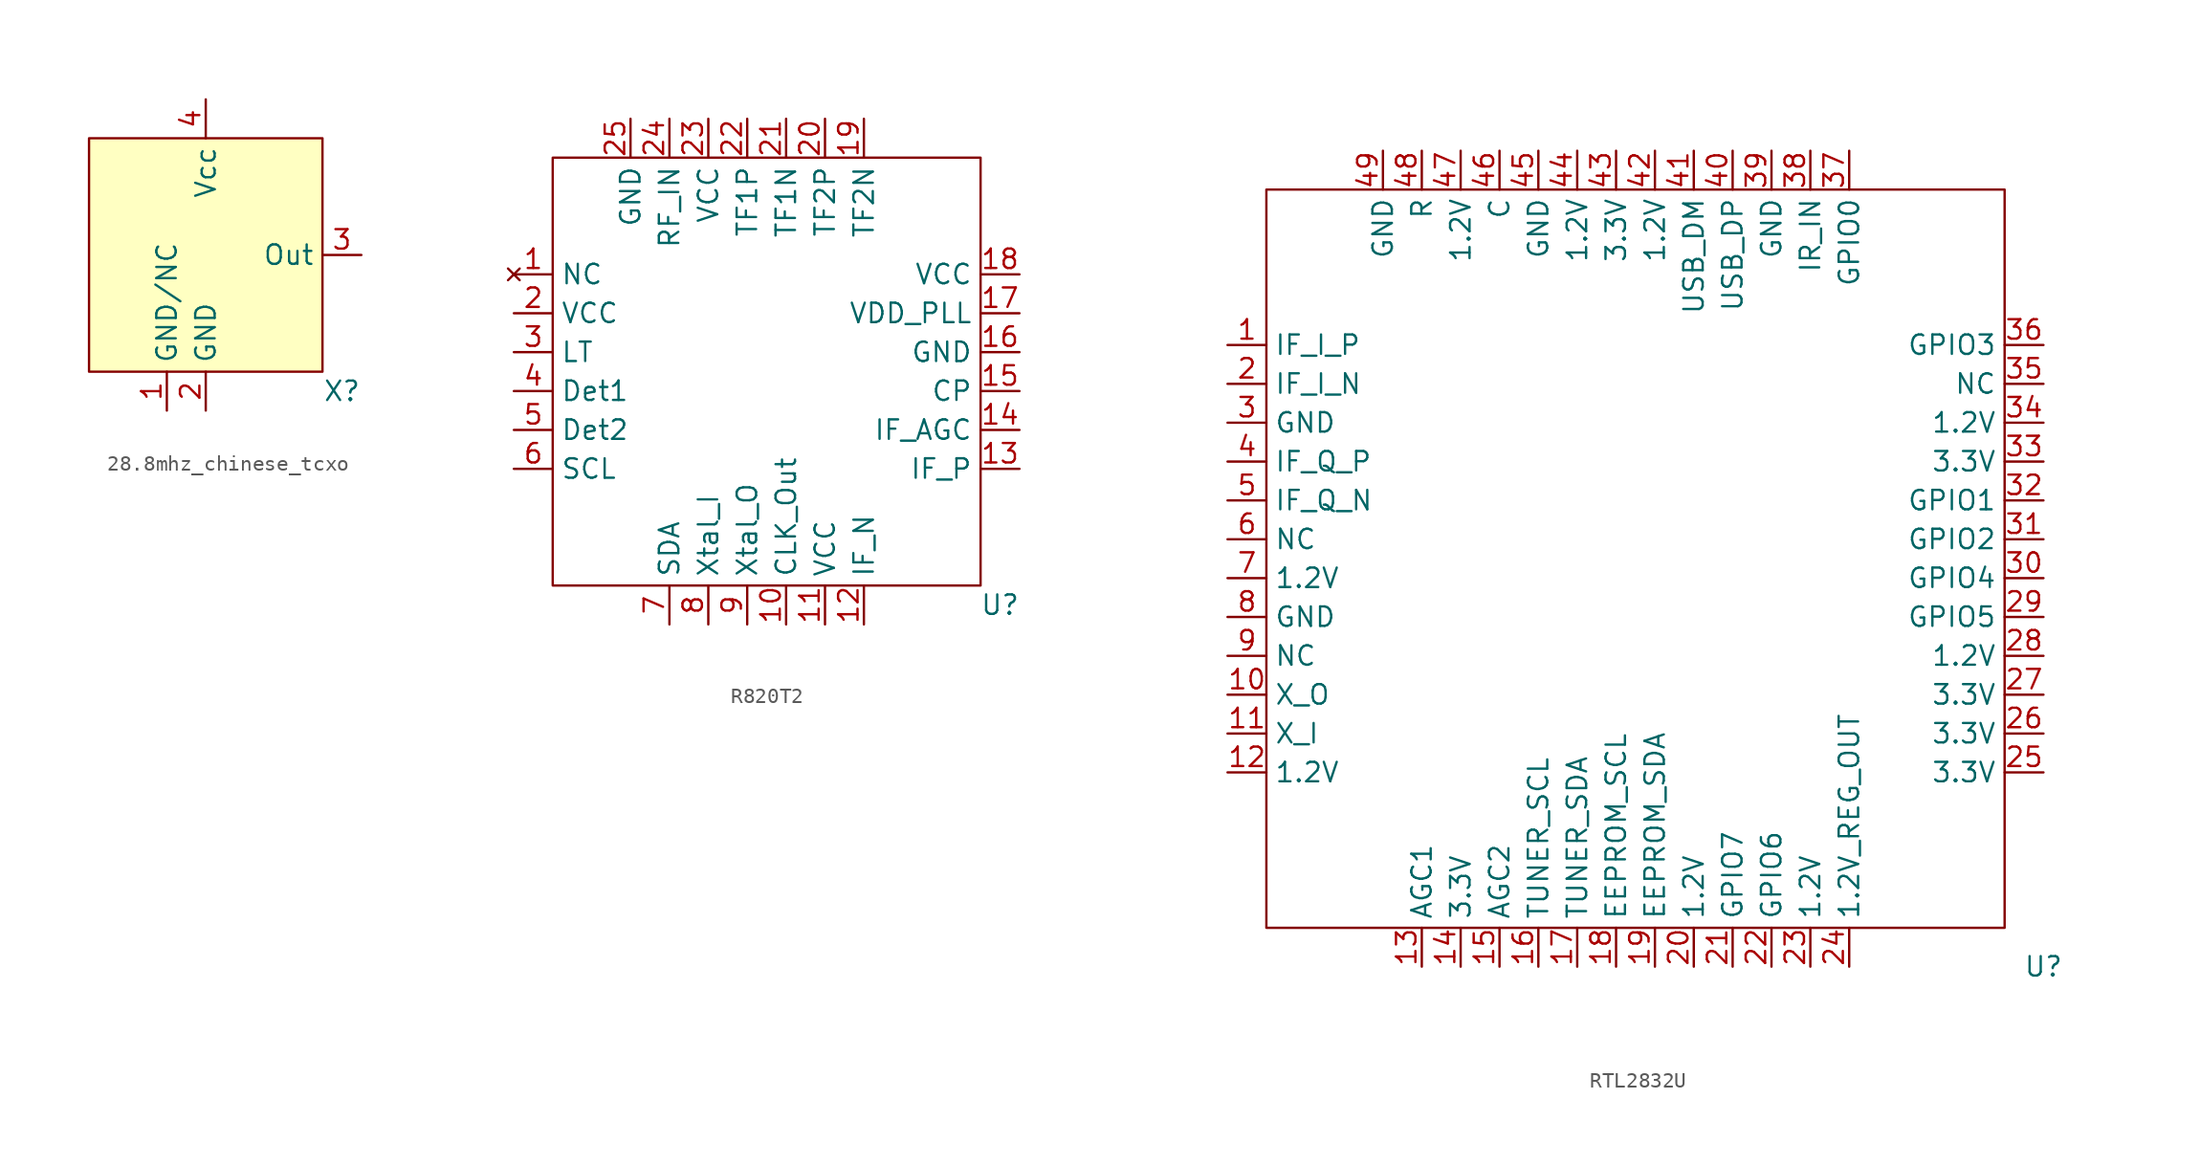
<source format=kicad_sym>
(kicad_symbol_lib
  (version 20220914)
  (generator kicad_symbol_editor)
  (symbol "28.8mhz_chinese_tcxo"
    (property "Reference" "X"
      (at 8.89 -8.89 0)
      (effects (font (size 1.27 1.27))))
    (property "Value" ""
      (at 0 0 0)
      (effects (font (size 1.27 1.27))))
    (symbol "28.8mhz_chinese_tcxo_1_1"
      (rectangle (start -7.62 7.62) (end 7.62 -7.62) (stroke (width 0) (type default)) (fill (type background)))
      (pin unspecified line (at -2.54 -10.16 90) (length 2.54) (name "GND/NC" (effects (font (size 1.27 1.27)))) (number "1" (effects (font (size 1.27 1.27)))))
      (pin power_in line (at 0 -10.16 90) (length 2.54) (name "GND" (effects (font (size 1.27 1.27)))) (number "2" (effects (font (size 1.27 1.27)))))
      (pin output line (at 10.16 0 180) (length 2.54) (name "Out" (effects (font (size 1.27 1.27)))) (number "3" (effects (font (size 1.27 1.27)))))
      (pin power_in line (at 0 10.16 270) (length 2.54) (name "Vcc" (effects (font (size 1.27 1.27)))) (number "4" (effects (font (size 1.27 1.27)))))))
  (symbol "R820T2"
    (property "Reference" "U"
      (at 15.24 -15.24 0)
      (effects (font (size 1.27 1.27))))
    (property "Value" ""
      (at -10.16 0 0)
      (effects (font (size 1.27 1.27))))
    (symbol "R820T2_0_1"
      (rectangle (start -13.97 13.97) (end 13.97 -13.97) (stroke (width 0) (type default)) (fill (type none))))
    (symbol "R820T2_1_1"
      (pin no_connect line (at -16.51 6.35 0) (length 2.54) (name "NC" (effects (font (size 1.27 1.27)))) (number "1" (effects (font (size 1.27 1.27)))))
      (pin output line (at 1.27 -16.51 90) (length 2.54) (name "CLK_Out" (effects (font (size 1.27 1.27)))) (number "10" (effects (font (size 1.27 1.27)))))
      (pin input line (at 3.81 -16.51 90) (length 2.54) (name "VCC" (effects (font (size 1.27 1.27)))) (number "11" (effects (font (size 1.27 1.27)))))
      (pin output line (at 6.35 -16.51 90) (length 2.54) (name "IF_N" (effects (font (size 1.27 1.27)))) (number "12" (effects (font (size 1.27 1.27)))))
      (pin output line (at 16.51 -6.35 180) (length 2.54) (name "IF_P" (effects (font (size 1.27 1.27)))) (number "13" (effects (font (size 1.27 1.27)))))
      (pin unspecified line (at 16.51 -3.81 180) (length 2.54) (name "IF_AGC" (effects (font (size 1.27 1.27)))) (number "14" (effects (font (size 1.27 1.27)))))
      (pin unspecified line (at 16.51 -1.27 180) (length 2.54) (name "CP" (effects (font (size 1.27 1.27)))) (number "15" (effects (font (size 1.27 1.27)))))
      (pin input line (at 16.51 1.27 180) (length 2.54) (name "GND" (effects (font (size 1.27 1.27)))) (number "16" (effects (font (size 1.27 1.27)))))
      (pin unspecified line (at 16.51 3.81 180) (length 2.54) (name "VDD_PLL" (effects (font (size 1.27 1.27)))) (number "17" (effects (font (size 1.27 1.27)))))
      (pin input line (at 16.51 6.35 180) (length 2.54) (name "VCC" (effects (font (size 1.27 1.27)))) (number "18" (effects (font (size 1.27 1.27)))))
      (pin unspecified line (at 6.35 16.51 270) (length 2.54) (name "TF2N" (effects (font (size 1.27 1.27)))) (number "19" (effects (font (size 1.27 1.27)))))
      (pin input line (at -16.51 3.81 0) (length 2.54) (name "VCC" (effects (font (size 1.27 1.27)))) (number "2" (effects (font (size 1.27 1.27)))))
      (pin unspecified line (at 3.81 16.51 270) (length 2.54) (name "TF2P" (effects (font (size 1.27 1.27)))) (number "20" (effects (font (size 1.27 1.27)))))
      (pin unspecified line (at 1.27 16.51 270) (length 2.54) (name "TF1N" (effects (font (size 1.27 1.27)))) (number "21" (effects (font (size 1.27 1.27)))))
      (pin unspecified line (at -1.27 16.51 270) (length 2.54) (name "TF1P" (effects (font (size 1.27 1.27)))) (number "22" (effects (font (size 1.27 1.27)))))
      (pin input line (at -3.81 16.51 270) (length 2.54) (name "VCC" (effects (font (size 1.27 1.27)))) (number "23" (effects (font (size 1.27 1.27)))))
      (pin input line (at -6.35 16.51 270) (length 2.54) (name "RF_IN" (effects (font (size 1.27 1.27)))) (number "24" (effects (font (size 1.27 1.27)))))
      (pin power_in line (at -8.89 16.51 270) (length 2.54) (name "GND" (effects (font (size 1.27 1.27)))) (number "25" (effects (font (size 1.27 1.27)))))
      (pin unspecified line (at -16.51 1.27 0) (length 2.54) (name "LT" (effects (font (size 1.27 1.27)))) (number "3" (effects (font (size 1.27 1.27)))))
      (pin unspecified line (at -16.51 -1.27 0) (length 2.54) (name "Det1" (effects (font (size 1.27 1.27)))) (number "4" (effects (font (size 1.27 1.27)))))
      (pin unspecified line (at -16.51 -3.81 0) (length 2.54) (name "Det2" (effects (font (size 1.27 1.27)))) (number "5" (effects (font (size 1.27 1.27)))))
      (pin unspecified line (at -16.51 -6.35 0) (length 2.54) (name "SCL" (effects (font (size 1.27 1.27)))) (number "6" (effects (font (size 1.27 1.27)))))
      (pin bidirectional line (at -6.35 -16.51 90) (length 2.54) (name "SDA" (effects (font (size 1.27 1.27)))) (number "7" (effects (font (size 1.27 1.27)))))
      (pin unspecified line (at -3.81 -16.51 90) (length 2.54) (name "Xtal_I" (effects (font (size 1.27 1.27)))) (number "8" (effects (font (size 1.27 1.27)))))
      (pin unspecified line (at -1.27 -16.51 90) (length 2.54) (name "Xtal_O" (effects (font (size 1.27 1.27)))) (number "9" (effects (font (size 1.27 1.27)))))))
  (symbol "RTL2832U"
    (property "Reference" "U"
      (at 26.67 -26.67 0)
      (effects (font (size 1.27 1.27))))
    (property "Value" ""
      (at 0 0 0)
      (effects (font (size 1.27 1.27))))
    (symbol "RTL2832U_0_1"
      (rectangle (start -24.13 24.13) (end 24.13 -24.13) (stroke (width 0) (type default)) (fill (type none))))
    (symbol "RTL2832U_1_1"
      (pin input line (at -26.67 13.97 0) (length 2.54) (name "IF_I_P" (effects (font (size 1.27 1.27)))) (number "1" (effects (font (size 1.27 1.27)))))
      (pin output line (at -26.67 -8.89 0) (length 2.54) (name "X_O" (effects (font (size 1.27 1.27)))) (number "10" (effects (font (size 1.27 1.27)))))
      (pin input line (at -26.67 -11.43 0) (length 2.54) (name "X_I" (effects (font (size 1.27 1.27)))) (number "11" (effects (font (size 1.27 1.27)))))
      (pin power_in line (at -26.67 -13.97 0) (length 2.54) (name "1.2V" (effects (font (size 1.27 1.27)))) (number "12" (effects (font (size 1.27 1.27)))))
      (pin open_collector line (at -13.97 -26.67 90) (length 2.54) (name "AGC1" (effects (font (size 1.27 1.27)))) (number "13" (effects (font (size 1.27 1.27)))))
      (pin power_in line (at -11.43 -26.67 90) (length 2.54) (name "3.3V" (effects (font (size 1.27 1.27)))) (number "14" (effects (font (size 1.27 1.27)))))
      (pin open_collector line (at -8.89 -26.67 90) (length 2.54) (name "AGC2" (effects (font (size 1.27 1.27)))) (number "15" (effects (font (size 1.27 1.27)))))
      (pin open_collector line (at -6.35 -26.67 90) (length 2.54) (name "TUNER_SCL" (effects (font (size 1.27 1.27)))) (number "16" (effects (font (size 1.27 1.27)))))
      (pin bidirectional line (at -3.81 -26.67 90) (length 2.54) (name "TUNER_SDA" (effects (font (size 1.27 1.27)))) (number "17" (effects (font (size 1.27 1.27)))))
      (pin open_collector line (at -1.27 -26.67 90) (length 2.54) (name "EEPROM_SCL" (effects (font (size 1.27 1.27)))) (number "18" (effects (font (size 1.27 1.27)))))
      (pin bidirectional line (at 1.27 -26.67 90) (length 2.54) (name "EEPROM_SDA" (effects (font (size 1.27 1.27)))) (number "19" (effects (font (size 1.27 1.27)))))
      (pin input line (at -26.67 11.43 0) (length 2.54) (name "IF_I_N" (effects (font (size 1.27 1.27)))) (number "2" (effects (font (size 1.27 1.27)))))
      (pin power_in line (at 3.81 -26.67 90) (length 2.54) (name "1.2V" (effects (font (size 1.27 1.27)))) (number "20" (effects (font (size 1.27 1.27)))))
      (pin tri_state line (at 6.35 -26.67 90) (length 2.54) (name "GPIO7" (effects (font (size 1.27 1.27)))) (number "21" (effects (font (size 1.27 1.27)))))
      (pin tri_state line (at 8.89 -26.67 90) (length 2.54) (name "GPIO6" (effects (font (size 1.27 1.27)))) (number "22" (effects (font (size 1.27 1.27)))))
      (pin input line (at 11.43 -26.67 90) (length 2.54) (name "1.2V" (effects (font (size 1.27 1.27)))) (number "23" (effects (font (size 1.27 1.27)))))
      (pin power_out line (at 13.97 -26.67 90) (length 2.54) (name "1.2V_REG_OUT" (effects (font (size 1.27 1.27)))) (number "24" (effects (font (size 1.27 1.27)))))
      (pin power_in line (at 26.67 -13.97 180) (length 2.54) (name "3.3V" (effects (font (size 1.27 1.27)))) (number "25" (effects (font (size 1.27 1.27)))))
      (pin power_in line (at 26.67 -11.43 180) (length 2.54) (name "3.3V" (effects (font (size 1.27 1.27)))) (number "26" (effects (font (size 1.27 1.27)))))
      (pin input line (at 26.67 -8.89 180) (length 2.54) (name "3.3V" (effects (font (size 1.27 1.27)))) (number "27" (effects (font (size 1.27 1.27)))))
      (pin power_in line (at 26.67 -6.35 180) (length 2.54) (name "1.2V" (effects (font (size 1.27 1.27)))) (number "28" (effects (font (size 1.27 1.27)))))
      (pin tri_state line (at 26.67 -3.81 180) (length 2.54) (name "GPIO5" (effects (font (size 1.27 1.27)))) (number "29" (effects (font (size 1.27 1.27)))))
      (pin power_in line (at -26.67 8.89 0) (length 2.54) (name "GND" (effects (font (size 1.27 1.27)))) (number "3" (effects (font (size 1.27 1.27)))))
      (pin tri_state line (at 26.67 -1.27 180) (length 2.54) (name "GPIO4" (effects (font (size 1.27 1.27)))) (number "30" (effects (font (size 1.27 1.27)))))
      (pin tri_state line (at 26.67 1.27 180) (length 2.54) (name "GPIO2" (effects (font (size 1.27 1.27)))) (number "31" (effects (font (size 1.27 1.27)))))
      (pin tri_state line (at 26.67 3.81 180) (length 2.54) (name "GPIO1" (effects (font (size 1.27 1.27)))) (number "32" (effects (font (size 1.27 1.27)))))
      (pin power_in line (at 26.67 6.35 180) (length 2.54) (name "3.3V" (effects (font (size 1.27 1.27)))) (number "33" (effects (font (size 1.27 1.27)))))
      (pin power_in line (at 26.67 8.89 180) (length 2.54) (name "1.2V" (effects (font (size 1.27 1.27)))) (number "34" (effects (font (size 1.27 1.27)))))
      (pin output line (at 26.67 11.43 180) (length 2.54) (name "NC" (effects (font (size 1.27 1.27)))) (number "35" (effects (font (size 1.27 1.27)))))
      (pin tri_state line (at 26.67 13.97 180) (length 2.54) (name "GPIO3" (effects (font (size 1.27 1.27)))) (number "36" (effects (font (size 1.27 1.27)))))
      (pin tri_state line (at 13.97 26.67 270) (length 2.54) (name "GPIO0" (effects (font (size 1.27 1.27)))) (number "37" (effects (font (size 1.27 1.27)))))
      (pin input line (at 11.43 26.67 270) (length 2.54) (name "IR_IN" (effects (font (size 1.27 1.27)))) (number "38" (effects (font (size 1.27 1.27)))))
      (pin power_in line (at 8.89 26.67 270) (length 2.54) (name "GND" (effects (font (size 1.27 1.27)))) (number "39" (effects (font (size 1.27 1.27)))))
      (pin input line (at -26.67 6.35 0) (length 2.54) (name "IF_Q_P" (effects (font (size 1.27 1.27)))) (number "4" (effects (font (size 1.27 1.27)))))
      (pin bidirectional line (at 6.35 26.67 270) (length 2.54) (name "USB_DP" (effects (font (size 1.27 1.27)))) (number "40" (effects (font (size 1.27 1.27)))))
      (pin bidirectional line (at 3.81 26.67 270) (length 2.54) (name "USB_DM" (effects (font (size 1.27 1.27)))) (number "41" (effects (font (size 1.27 1.27)))))
      (pin power_in line (at 1.27 26.67 270) (length 2.54) (name "1.2V" (effects (font (size 1.27 1.27)))) (number "42" (effects (font (size 1.27 1.27)))))
      (pin power_in line (at -1.27 26.67 270) (length 2.54) (name "3.3V" (effects (font (size 1.27 1.27)))) (number "43" (effects (font (size 1.27 1.27)))))
      (pin power_in line (at -3.81 26.67 270) (length 2.54) (name "1.2V" (effects (font (size 1.27 1.27)))) (number "44" (effects (font (size 1.27 1.27)))))
      (pin power_in line (at -6.35 26.67 270) (length 2.54) (name "GND" (effects (font (size 1.27 1.27)))) (number "45" (effects (font (size 1.27 1.27)))))
      (pin input line (at -8.89 26.67 270) (length 2.54) (name "C" (effects (font (size 1.27 1.27)))) (number "46" (effects (font (size 1.27 1.27)))))
      (pin power_in line (at -11.43 26.67 270) (length 2.54) (name "1.2V" (effects (font (size 1.27 1.27)))) (number "47" (effects (font (size 1.27 1.27)))))
      (pin input line (at -13.97 26.67 270) (length 2.54) (name "R" (effects (font (size 1.27 1.27)))) (number "48" (effects (font (size 1.27 1.27)))))
      (pin power_in line (at -16.51 26.67 270) (length 2.54) (name "GND" (effects (font (size 1.27 1.27)))) (number "49" (effects (font (size 1.27 1.27)))))
      (pin input line (at -26.67 3.81 0) (length 2.54) (name "IF_Q_N" (effects (font (size 1.27 1.27)))) (number "5" (effects (font (size 1.27 1.27)))))
      (pin input line (at -26.67 1.27 0) (length 2.54) (name "NC" (effects (font (size 1.27 1.27)))) (number "6" (effects (font (size 1.27 1.27)))))
      (pin power_in line (at -26.67 -1.27 0) (length 2.54) (name "1.2V" (effects (font (size 1.27 1.27)))) (number "7" (effects (font (size 1.27 1.27)))))
      (pin power_in line (at -26.67 -3.81 0) (length 2.54) (name "GND" (effects (font (size 1.27 1.27)))) (number "8" (effects (font (size 1.27 1.27)))))
      (pin bidirectional line (at -26.67 -6.35 0) (length 2.54) (name "NC" (effects (font (size 1.27 1.27)))) (number "9" (effects (font (size 1.27 1.27))))))))
</source>
